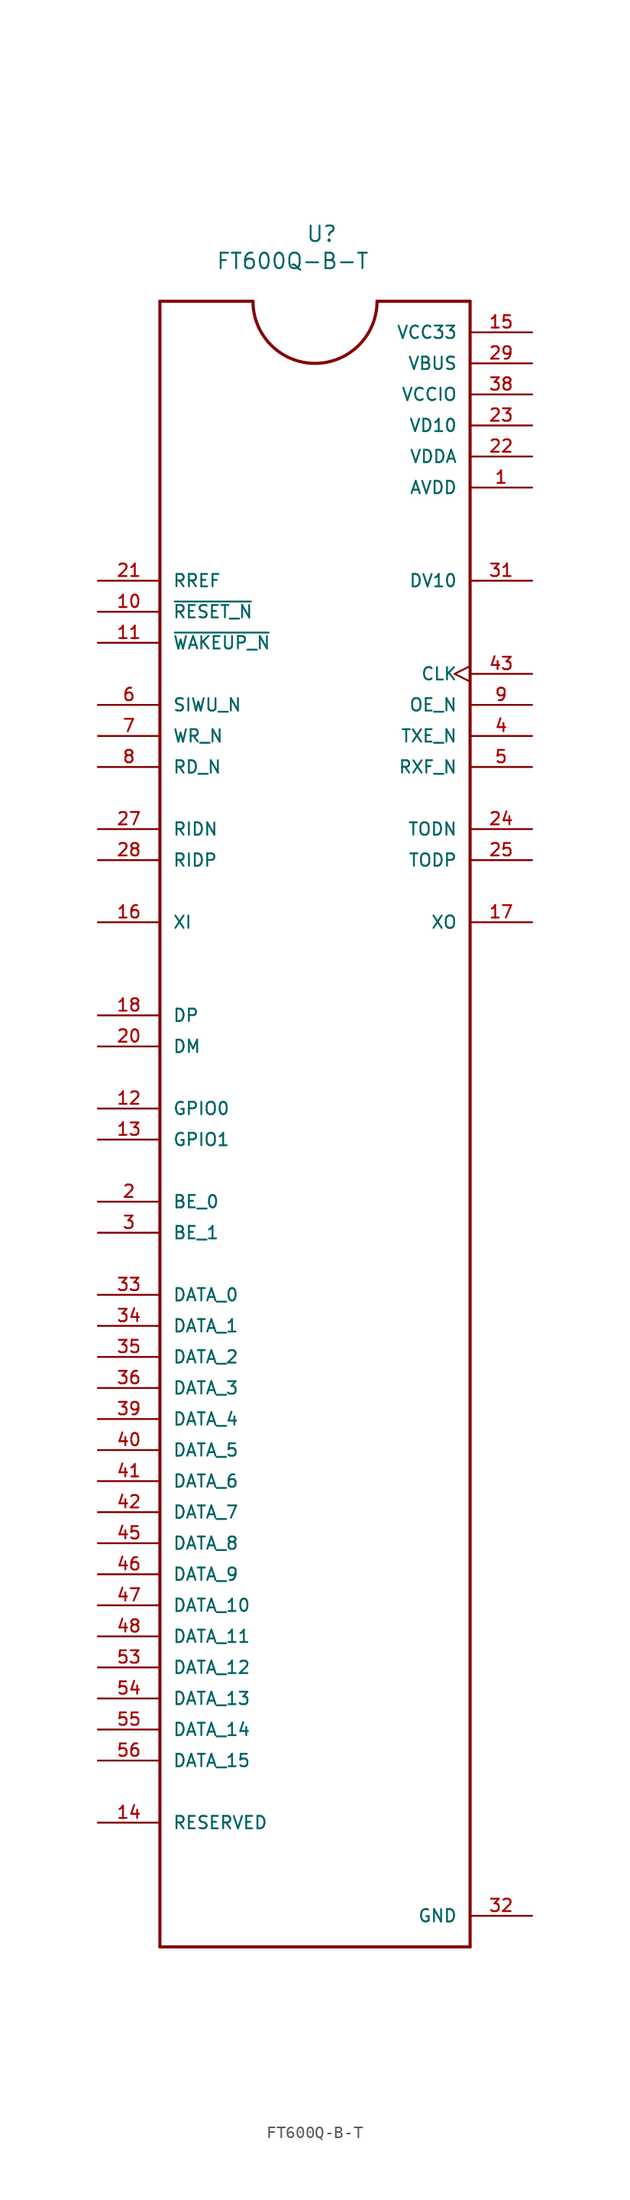
<source format=kicad_sym>
(kicad_symbol_lib
  (version 20241209)
  (generator "kicad_symbol_editor")
  (generator_version "9.0")
  (symbol "FT600Q-B-T"
    (pin_names
      (offset 1.016))
    (property "Reference" "U"
      (at -0.76 73.347 0)
      (effects (font (size 1.27 1.27)) (justify left bottom)))
    (property "Value" "FT600Q-B-T"
      (at -8.128 71.12 0)
      (effects (font (size 1.27 1.27)) (justify left bottom)))
    (symbol "FT600Q-B-T_0_0"
      (polyline (pts (xy -12.7 68.58) (xy -12.7 -66.04)) (stroke (width 0.254) (type default)) (fill (type none)))
      (polyline (pts (xy -12.7 -66.04) (xy 12.7 -66.04)) (stroke (width 0.254) (type default)) (fill (type none)))
      (polyline (pts (xy -5.08 68.58) (xy -12.7 68.58)) (stroke (width 0.254) (type default)) (fill (type none)))
      (arc (start 5.08 68.58) (mid 0 63.5221) (end -5.08 68.58) (stroke (width 0.254) (type default)) (fill (type none)))
      (polyline (pts (xy 12.7 68.58) (xy 5.08 68.58)) (stroke (width 0.254) (type default)) (fill (type none)))
      (polyline (pts (xy 12.7 -66.04) (xy 12.7 68.58)) (stroke (width 0.254) (type default)) (fill (type none)))
      (pin input line (at -17.78 45.72 0) (length 5.08) (name "RREF" (effects (font (size 1.016 1.016)))) (number "21" (effects (font (size 1.016 1.016)))))
      (pin input line (at -17.78 43.18 0) (length 5.08) (name "~{RESET_N}" (effects (font (size 1.016 1.016)))) (number "10" (effects (font (size 1.016 1.016)))))
      (pin input line (at -17.78 40.64 0) (length 5.08) (name "~{WAKEUP_N}" (effects (font (size 1.016 1.016)))) (number "11" (effects (font (size 1.016 1.016)))))
      (pin input line (at -17.78 35.56 0) (length 5.08) (name "SIWU_N" (effects (font (size 1.016 1.016)))) (number "6" (effects (font (size 1.016 1.016)))))
      (pin input line (at -17.78 33.02 0) (length 5.08) (name "WR_N" (effects (font (size 1.016 1.016)))) (number "7" (effects (font (size 1.016 1.016)))))
      (pin input line (at -17.78 30.48 0) (length 5.08) (name "RD_N" (effects (font (size 1.016 1.016)))) (number "8" (effects (font (size 1.016 1.016)))))
      (pin input line (at -17.78 25.4 0) (length 5.08) (name "RIDN" (effects (font (size 1.016 1.016)))) (number "27" (effects (font (size 1.016 1.016)))))
      (pin input line (at -17.78 22.86 0) (length 5.08) (name "RIDP" (effects (font (size 1.016 1.016)))) (number "28" (effects (font (size 1.016 1.016)))))
      (pin input line (at -17.78 17.78 0) (length 5.08) (name "XI" (effects (font (size 1.016 1.016)))) (number "16" (effects (font (size 1.016 1.016)))))
      (pin bidirectional line (at -17.78 10.16 0) (length 5.08) (name "DP" (effects (font (size 1.016 1.016)))) (number "18" (effects (font (size 1.016 1.016)))))
      (pin bidirectional line (at -17.78 7.62 0) (length 5.08) (name "DM" (effects (font (size 1.016 1.016)))) (number "20" (effects (font (size 1.016 1.016)))))
      (pin bidirectional line (at -17.78 2.54 0) (length 5.08) (name "GPIO0" (effects (font (size 1.016 1.016)))) (number "12" (effects (font (size 1.016 1.016)))))
      (pin bidirectional line (at -17.78 0 0) (length 5.08) (name "GPIO1" (effects (font (size 1.016 1.016)))) (number "13" (effects (font (size 1.016 1.016)))))
      (pin bidirectional line (at -17.78 -5.08 0) (length 5.08) (name "BE_0" (effects (font (size 1.016 1.016)))) (number "2" (effects (font (size 1.016 1.016)))))
      (pin bidirectional line (at -17.78 -7.62 0) (length 5.08) (name "BE_1" (effects (font (size 1.016 1.016)))) (number "3" (effects (font (size 1.016 1.016)))))
      (pin bidirectional line (at -17.78 -12.7 0) (length 5.08) (name "DATA_0" (effects (font (size 1.016 1.016)))) (number "33" (effects (font (size 1.016 1.016)))))
      (pin bidirectional line (at -17.78 -15.24 0) (length 5.08) (name "DATA_1" (effects (font (size 1.016 1.016)))) (number "34" (effects (font (size 1.016 1.016)))))
      (pin bidirectional line (at -17.78 -17.78 0) (length 5.08) (name "DATA_2" (effects (font (size 1.016 1.016)))) (number "35" (effects (font (size 1.016 1.016)))))
      (pin bidirectional line (at -17.78 -20.32 0) (length 5.08) (name "DATA_3" (effects (font (size 1.016 1.016)))) (number "36" (effects (font (size 1.016 1.016)))))
      (pin bidirectional line (at -17.78 -22.86 0) (length 5.08) (name "DATA_4" (effects (font (size 1.016 1.016)))) (number "39" (effects (font (size 1.016 1.016)))))
      (pin bidirectional line (at -17.78 -25.4 0) (length 5.08) (name "DATA_5" (effects (font (size 1.016 1.016)))) (number "40" (effects (font (size 1.016 1.016)))))
      (pin bidirectional line (at -17.78 -27.94 0) (length 5.08) (name "DATA_6" (effects (font (size 1.016 1.016)))) (number "41" (effects (font (size 1.016 1.016)))))
      (pin bidirectional line (at -17.78 -30.48 0) (length 5.08) (name "DATA_7" (effects (font (size 1.016 1.016)))) (number "42" (effects (font (size 1.016 1.016)))))
      (pin bidirectional line (at -17.78 -33.02 0) (length 5.08) (name "DATA_8" (effects (font (size 1.016 1.016)))) (number "45" (effects (font (size 1.016 1.016)))))
      (pin bidirectional line (at -17.78 -35.56 0) (length 5.08) (name "DATA_9" (effects (font (size 1.016 1.016)))) (number "46" (effects (font (size 1.016 1.016)))))
      (pin bidirectional line (at -17.78 -38.1 0) (length 5.08) (name "DATA_10" (effects (font (size 1.016 1.016)))) (number "47" (effects (font (size 1.016 1.016)))))
      (pin bidirectional line (at -17.78 -40.64 0) (length 5.08) (name "DATA_11" (effects (font (size 1.016 1.016)))) (number "48" (effects (font (size 1.016 1.016)))))
      (pin bidirectional line (at -17.78 -43.18 0) (length 5.08) (name "DATA_12" (effects (font (size 1.016 1.016)))) (number "53" (effects (font (size 1.016 1.016)))))
      (pin bidirectional line (at -17.78 -45.72 0) (length 5.08) (name "DATA_13" (effects (font (size 1.016 1.016)))) (number "54" (effects (font (size 1.016 1.016)))))
      (pin bidirectional line (at -17.78 -48.26 0) (length 5.08) (name "DATA_14" (effects (font (size 1.016 1.016)))) (number "55" (effects (font (size 1.016 1.016)))))
      (pin bidirectional line (at -17.78 -50.8 0) (length 5.08) (name "DATA_15" (effects (font (size 1.016 1.016)))) (number "56" (effects (font (size 1.016 1.016)))))
      (pin bidirectional line (at -17.78 -55.88 0) (length 5.08) (name "RESERVED" (effects (font (size 1.016 1.016)))) (number "14" (effects (font (size 1.016 1.016)))))
      (pin power_in line (at 17.78 66.04 180) (length 5.08) (name "VCC33" (effects (font (size 1.016 1.016)))) (number "15" (effects (font (size 1.016 1.016)))))
      (pin power_in line (at 17.78 66.04 180) (length 5.08) (hide yes) (name "VCC33" (effects (font (size 1.016 1.016)))) (number "19" (effects (font (size 1.016 1.016)))))
      (pin power_in line (at 17.78 66.04 180) (length 5.08) (hide yes) (name "VCC33" (effects (font (size 1.016 1.016)))) (number "30" (effects (font (size 1.016 1.016)))))
      (pin power_in line (at 17.78 63.5 180) (length 5.08) (name "VBUS" (effects (font (size 1.016 1.016)))) (number "29" (effects (font (size 1.016 1.016)))))
      (pin power_in line (at 17.78 60.96 180) (length 5.08) (name "VCCIO" (effects (font (size 1.016 1.016)))) (number "38" (effects (font (size 1.016 1.016)))))
      (pin power_in line (at 17.78 60.96 180) (length 5.08) (hide yes) (name "VCCIO" (effects (font (size 1.016 1.016)))) (number "44" (effects (font (size 1.016 1.016)))))
      (pin power_in line (at 17.78 60.96 180) (length 5.08) (hide yes) (name "VCCIO" (effects (font (size 1.016 1.016)))) (number "52" (effects (font (size 1.016 1.016)))))
      (pin power_in line (at 17.78 58.42 180) (length 5.08) (name "VD10" (effects (font (size 1.016 1.016)))) (number "23" (effects (font (size 1.016 1.016)))))
      (pin power_in line (at 17.78 58.42 180) (length 5.08) (hide yes) (name "VD10" (effects (font (size 1.016 1.016)))) (number "26" (effects (font (size 1.016 1.016)))))
      (pin power_in line (at 17.78 58.42 180) (length 5.08) (hide yes) (name "VD10" (effects (font (size 1.016 1.016)))) (number "37" (effects (font (size 1.016 1.016)))))
      (pin power_in line (at 17.78 58.42 180) (length 5.08) (hide yes) (name "VD10" (effects (font (size 1.016 1.016)))) (number "50" (effects (font (size 1.016 1.016)))))
      (pin power_in line (at 17.78 55.88 180) (length 5.08) (name "VDDA" (effects (font (size 1.016 1.016)))) (number "22" (effects (font (size 1.016 1.016)))))
      (pin power_in line (at 17.78 53.34 180) (length 5.08) (name "AVDD" (effects (font (size 1.016 1.016)))) (number "1" (effects (font (size 1.016 1.016)))))
      (pin output line (at 17.78 45.72 180) (length 5.08) (name "DV10" (effects (font (size 1.016 1.016)))) (number "31" (effects (font (size 1.016 1.016)))))
      (pin output clock (at 17.78 38.1 180) (length 5.08) (name "CLK" (effects (font (size 1.016 1.016)))) (number "43" (effects (font (size 1.016 1.016)))))
      (pin output line (at 17.78 35.56 180) (length 5.08) (name "OE_N" (effects (font (size 1.016 1.016)))) (number "9" (effects (font (size 1.016 1.016)))))
      (pin output line (at 17.78 33.02 180) (length 5.08) (name "TXE_N" (effects (font (size 1.016 1.016)))) (number "4" (effects (font (size 1.016 1.016)))))
      (pin output line (at 17.78 30.48 180) (length 5.08) (name "RXF_N" (effects (font (size 1.016 1.016)))) (number "5" (effects (font (size 1.016 1.016)))))
      (pin output line (at 17.78 25.4 180) (length 5.08) (name "TODN" (effects (font (size 1.016 1.016)))) (number "24" (effects (font (size 1.016 1.016)))))
      (pin output line (at 17.78 22.86 180) (length 5.08) (name "TODP" (effects (font (size 1.016 1.016)))) (number "25" (effects (font (size 1.016 1.016)))))
      (pin output line (at 17.78 17.78 180) (length 5.08) (name "XO" (effects (font (size 1.016 1.016)))) (number "17" (effects (font (size 1.016 1.016)))))
      (pin passive line (at 17.78 -63.5 180) (length 5.08) (name "GND" (effects (font (size 1.016 1.016)))) (number "32" (effects (font (size 1.016 1.016)))))
      (pin passive line (at 17.78 -63.5 180) (length 5.08) (hide yes) (name "GND" (effects (font (size 1.016 1.016)))) (number "49" (effects (font (size 1.016 1.016)))))
      (pin passive line (at 17.78 -63.5 180) (length 5.08) (hide yes) (name "GND" (effects (font (size 1.016 1.016)))) (number "51" (effects (font (size 1.016 1.016))))))))
</source>
